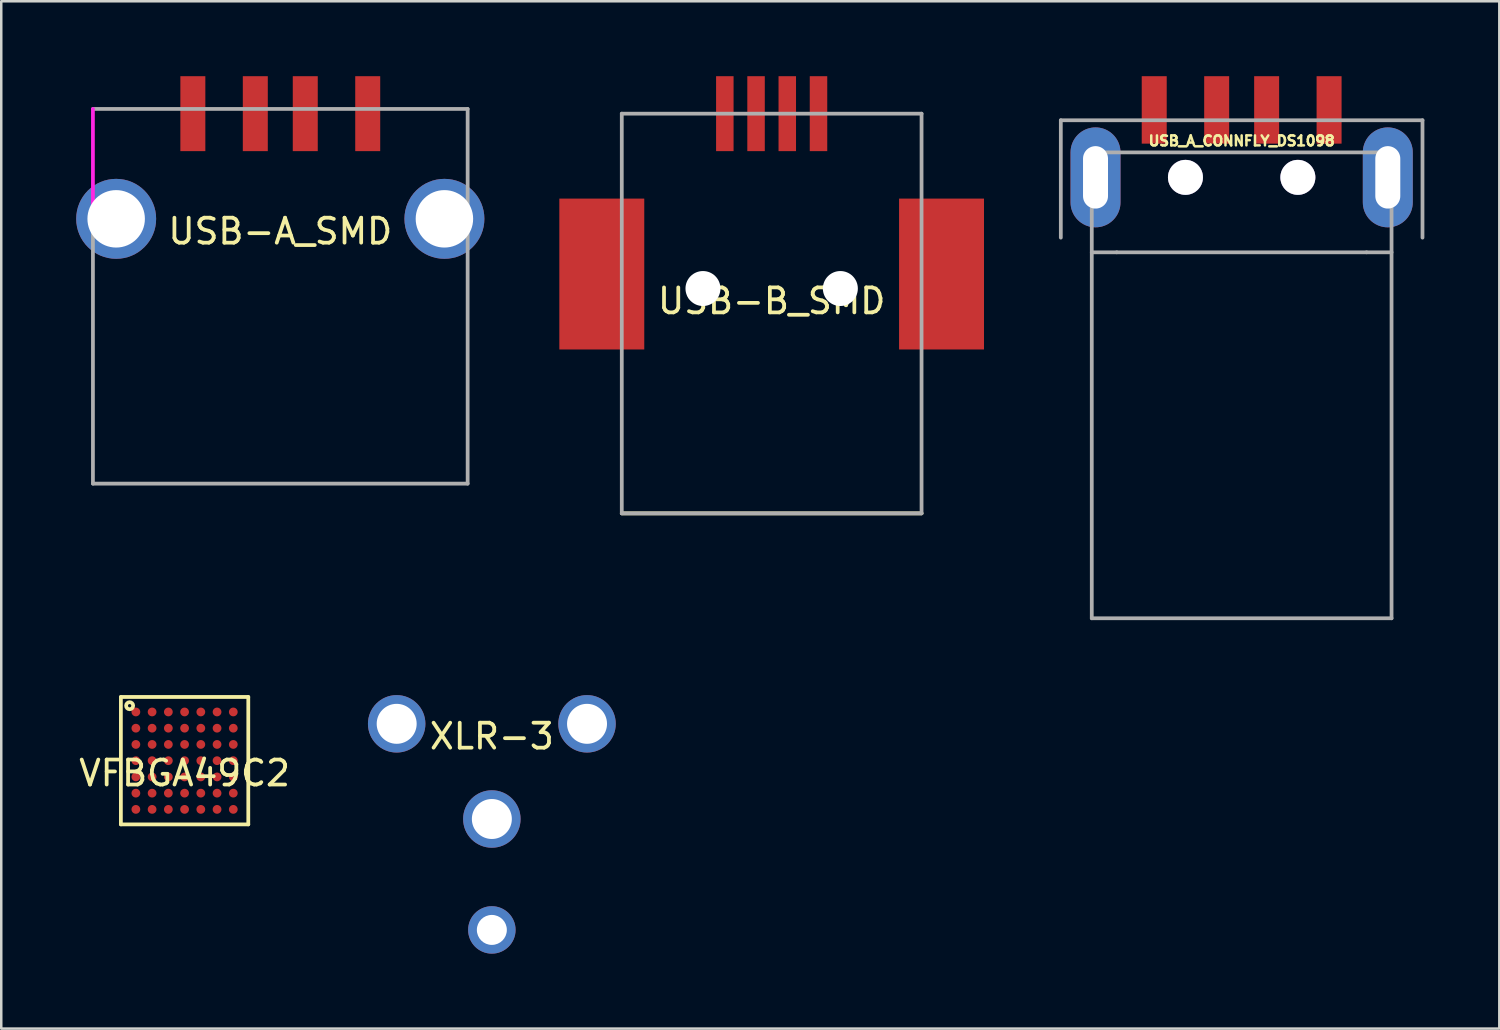
<source format=kicad_pcb>
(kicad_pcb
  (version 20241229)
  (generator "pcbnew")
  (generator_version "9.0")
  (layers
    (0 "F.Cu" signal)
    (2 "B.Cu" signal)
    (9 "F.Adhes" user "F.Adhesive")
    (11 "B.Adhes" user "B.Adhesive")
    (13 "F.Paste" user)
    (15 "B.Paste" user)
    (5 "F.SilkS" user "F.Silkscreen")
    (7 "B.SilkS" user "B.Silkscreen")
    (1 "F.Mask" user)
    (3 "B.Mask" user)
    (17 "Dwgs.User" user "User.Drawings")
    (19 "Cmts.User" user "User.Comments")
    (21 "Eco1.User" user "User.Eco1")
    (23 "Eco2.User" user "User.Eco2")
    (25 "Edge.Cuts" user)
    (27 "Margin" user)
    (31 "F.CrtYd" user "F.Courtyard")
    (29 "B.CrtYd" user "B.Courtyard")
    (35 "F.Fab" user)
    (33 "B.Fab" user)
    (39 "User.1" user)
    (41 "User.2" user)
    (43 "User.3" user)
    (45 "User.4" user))
  (footprint "VFBGA49C2"
    (layer "F.Cu")
    (at 4.339 27.4)
    (property "Reference" "VFBGA49C2" (at 0 0.5 0) (layer "F.SilkS") (effects (font (size 1 1) (thickness 0.15))))
    (attr through_hole)
    (fp_line (start -2.55 -2.55) (end 2.55 -2.55) (stroke (width 0.15) (type solid)) (layer "F.SilkS"))
    (fp_line (start -2.55 2.55) (end -2.55 -2.55) (stroke (width 0.15) (type solid)) (layer "F.SilkS"))
    (fp_line (start 2.55 -2.55) (end 2.55 2.55) (stroke (width 0.15) (type solid)) (layer "F.SilkS"))
    (fp_line (start 2.55 2.55) (end -2.55 2.55) (stroke (width 0.15) (type solid)) (layer "F.SilkS"))
    (fp_circle (center -2.2 -2.2) (end -2.1 -2.1) (stroke (width 0.15) (type solid)) (fill no) (layer "F.SilkS"))
    (pad "1" smd circle (at -1.95 -1.95) (size 0.35 0.35) (layers "F.Cu" "F.Mask" "F.Paste"))
    (pad "2" smd circle (at -1.3 -1.95) (size 0.35 0.35) (layers "F.Cu" "F.Mask" "F.Paste"))
    (pad "3" smd circle (at -0.65 -1.95) (size 0.35 0.35) (layers "F.Cu" "F.Mask" "F.Paste"))
    (pad "4" smd circle (at 0 -1.95) (size 0.35 0.35) (layers "F.Cu" "F.Mask" "F.Paste"))
    (pad "5" smd circle (at 0.65 -1.95) (size 0.35 0.35) (layers "F.Cu" "F.Mask" "F.Paste"))
    (pad "6" smd circle (at 1.3 -1.95) (size 0.35 0.35) (layers "F.Cu" "F.Mask" "F.Paste"))
    (pad "7" smd circle (at 1.95 -1.95) (size 0.35 0.35) (layers "F.Cu" "F.Mask" "F.Paste"))
    (pad "8" smd circle (at -1.95 -1.3) (size 0.35 0.35) (layers "F.Cu" "F.Mask" "F.Paste"))
    (pad "9" smd circle (at -1.3 -1.3) (size 0.35 0.35) (layers "F.Cu" "F.Mask" "F.Paste"))
    (pad "10" smd circle (at -0.65 -1.3) (size 0.35 0.35) (layers "F.Cu" "F.Mask" "F.Paste"))
    (pad "11" smd circle (at 0 -1.3) (size 0.35 0.35) (layers "F.Cu" "F.Mask" "F.Paste"))
    (pad "12" smd circle (at 0.65 -1.3) (size 0.35 0.35) (layers "F.Cu" "F.Mask" "F.Paste"))
    (pad "13" smd circle (at 1.3 -1.3) (size 0.35 0.35) (layers "F.Cu" "F.Mask" "F.Paste"))
    (pad "14" smd circle (at 1.95 -1.3) (size 0.35 0.35) (layers "F.Cu" "F.Mask" "F.Paste"))
    (pad "15" smd circle (at -1.95 -0.65) (size 0.35 0.35) (layers "F.Cu" "F.Mask" "F.Paste"))
    (pad "16" smd circle (at -1.3 -0.65) (size 0.35 0.35) (layers "F.Cu" "F.Mask" "F.Paste"))
    (pad "17" smd circle (at -0.65 -0.65) (size 0.35 0.35) (layers "F.Cu" "F.Mask" "F.Paste"))
    (pad "18" smd circle (at 0 -0.65) (size 0.35 0.35) (layers "F.Cu" "F.Mask" "F.Paste"))
    (pad "19" smd circle (at 0.65 -0.65) (size 0.35 0.35) (layers "F.Cu" "F.Mask" "F.Paste"))
    (pad "20" smd circle (at 1.3 -0.65) (size 0.35 0.35) (layers "F.Cu" "F.Mask" "F.Paste"))
    (pad "21" smd circle (at 1.95 -0.65) (size 0.35 0.35) (layers "F.Cu" "F.Mask" "F.Paste"))
    (pad "22" smd circle (at -1.95 0) (size 0.35 0.35) (layers "F.Cu" "F.Mask" "F.Paste"))
    (pad "23" smd circle (at -1.3 0) (size 0.35 0.35) (layers "F.Cu" "F.Mask" "F.Paste"))
    (pad "24" smd circle (at -0.65 0) (size 0.35 0.35) (layers "F.Cu" "F.Mask" "F.Paste"))
    (pad "25" smd circle (at 0 0) (size 0.35 0.35) (layers "F.Cu" "F.Mask" "F.Paste"))
    (pad "26" smd circle (at 0.65 0) (size 0.35 0.35) (layers "F.Cu" "F.Mask" "F.Paste"))
    (pad "27" smd circle (at 1.3 0) (size 0.35 0.35) (layers "F.Cu" "F.Mask" "F.Paste"))
    (pad "28" smd circle (at 1.95 0) (size 0.35 0.35) (layers "F.Cu" "F.Mask" "F.Paste"))
    (pad "29" smd circle (at -1.95 0.65) (size 0.35 0.35) (layers "F.Cu" "F.Mask" "F.Paste"))
    (pad "30" smd circle (at -1.3 0.65) (size 0.35 0.35) (layers "F.Cu" "F.Mask" "F.Paste"))
    (pad "31" smd circle (at -0.65 0.65) (size 0.35 0.35) (layers "F.Cu" "F.Mask" "F.Paste"))
    (pad "32" smd circle (at 0 0.65) (size 0.35 0.35) (layers "F.Cu" "F.Mask" "F.Paste"))
    (pad "33" smd circle (at 0.65 0.65) (size 0.35 0.35) (layers "F.Cu" "F.Mask" "F.Paste"))
    (pad "34" smd circle (at 1.3 0.65) (size 0.35 0.35) (layers "F.Cu" "F.Mask" "F.Paste"))
    (pad "35" smd circle (at 1.95 0.65) (size 0.35 0.35) (layers "F.Cu" "F.Mask" "F.Paste"))
    (pad "36" smd circle (at -1.95 1.3) (size 0.35 0.35) (layers "F.Cu" "F.Mask" "F.Paste"))
    (pad "37" smd circle (at -1.3 1.3) (size 0.35 0.35) (layers "F.Cu" "F.Mask" "F.Paste"))
    (pad "38" smd circle (at -0.65 1.3) (size 0.35 0.35) (layers "F.Cu" "F.Mask" "F.Paste"))
    (pad "39" smd circle (at 0 1.3) (size 0.35 0.35) (layers "F.Cu" "F.Mask" "F.Paste"))
    (pad "40" smd circle (at 0.65 1.3) (size 0.35 0.35) (layers "F.Cu" "F.Mask" "F.Paste"))
    (pad "41" smd circle (at 1.3 1.3) (size 0.35 0.35) (layers "F.Cu" "F.Mask" "F.Paste"))
    (pad "42" smd circle (at 1.95 1.3) (size 0.35 0.35) (layers "F.Cu" "F.Mask" "F.Paste"))
    (pad "43" smd circle (at -1.95 1.95) (size 0.35 0.35) (layers "F.Cu" "F.Mask" "F.Paste"))
    (pad "44" smd circle (at -1.3 1.95) (size 0.35 0.35) (layers "F.Cu" "F.Mask" "F.Paste"))
    (pad "45" smd circle (at -0.65 1.95) (size 0.35 0.35) (layers "F.Cu" "F.Mask" "F.Paste"))
    (pad "46" smd circle (at 0 1.95) (size 0.35 0.35) (layers "F.Cu" "F.Mask" "F.Paste"))
    (pad "47" smd circle (at 0.65 1.95) (size 0.35 0.35) (layers "F.Cu" "F.Mask" "F.Paste"))
    (pad "48" smd circle (at 1.3 1.95) (size 0.35 0.35) (layers "F.Cu" "F.Mask" "F.Paste"))
    (pad "49" smd circle (at 1.95 1.95) (size 0.35 0.35) (layers "F.Cu" "F.Mask" "F.Paste")))
  (footprint "USB_A_CONNFLY_DS1098"
    (layer "F.Cu")
    (at 46.654 4.05)
    (property "Reference" "USB_A_CONNFLY_DS1098" (at 0 -1.46 0) (layer "F.SilkS") (effects (font (size 0.4 0.4) (thickness 0.1))))
    (attr through_hole)
    (fp_line (start -7.239 -2.286) (end 7.239 -2.286) (stroke (width 0.15) (type solid)) (layer "F.Fab"))
    (fp_line (start -7.239 2.413) (end -7.239 -2.286) (stroke (width 0.15) (type solid)) (layer "F.Fab"))
    (fp_line (start -6 -1) (end 6 -1) (stroke (width 0.15) (type solid)) (layer "F.Fab"))
    (fp_line (start -6 17.65) (end -6 -1) (stroke (width 0.15) (type solid)) (layer "F.Fab"))
    (fp_line (start -5 3) (end -6 3) (stroke (width 0.15) (type solid)) (layer "F.Fab"))
    (fp_line (start -5 3) (end 5 3) (stroke (width 0.15) (type solid)) (layer "F.Fab"))
    (fp_line (start 5 3) (end 6 3) (stroke (width 0.15) (type solid)) (layer "F.Fab"))
    (fp_line (start 6 -1) (end 6 17.65) (stroke (width 0.15) (type solid)) (layer "F.Fab"))
    (fp_line (start 6 17.65) (end -6 17.65) (stroke (width 0.15) (type solid)) (layer "F.Fab"))
    (fp_line (start 7.239 -2.286) (end 7.239 2.413) (stroke (width 0.15) (type solid)) (layer "F.Fab"))
    (pad "0" thru_hole circle (at -2.25 0) (size 1.4 1.4) (drill 1.4) (layers "*.Cu" "*.Mask"))
    (pad "0" thru_hole circle (at 2.25 0) (size 1.4 1.4) (drill 1.4) (layers "*.Cu" "*.Mask"))
    (pad "1" smd rect (at 3.5 -2.7) (size 1 2.7) (layers "F.Cu" "F.Mask" "F.Paste"))
    (pad "2" smd rect (at 1 -2.7) (size 1 2.7) (layers "F.Cu" "F.Mask" "F.Paste"))
    (pad "3" smd rect (at -1 -2.7) (size 1 2.7) (layers "F.Cu" "F.Mask" "F.Paste"))
    (pad "4" smd rect (at -3.5 -2.7) (size 1 2.7) (layers "F.Cu" "F.Mask" "F.Paste"))
    (pad "5" thru_hole oval (at -5.85 0) (size 2 4) (drill oval 1 2.5) (layers "*.Cu" "*.Mask"))
    (pad "5" thru_hole oval (at 5.85 0) (size 2 4) (drill oval 1 2.5) (layers "*.Cu" "*.Mask")))
  (footprint "USB-A_SMD"
    (layer "F.Cu")
    (at 8.17 5.71)
    (property "Reference" "USB-A_SMD" (at 0 0.5 0) (layer "F.SilkS") (effects (font (size 1 1) (thickness 0.15))))
    (attr through_hole)
    (fp_line (start -7.5 -4.4) (end -7.5 0) (stroke (width 0.15) (type solid)) (layer "F.CrtYd"))
    (fp_line (start -7.5 -4.4) (end 7.5 -4.4) (stroke (width 0.15) (type solid)) (layer "F.Fab"))
    (fp_line (start -7.5 0) (end -7.5 10.6) (stroke (width 0.15) (type solid)) (layer "F.Fab"))
    (fp_line (start -7.5 10.6) (end 7.5 10.6) (stroke (width 0.15) (type solid)) (layer "F.Fab"))
    (fp_line (start 7.5 -4.4) (end 7.5 0) (stroke (width 0.15) (type solid)) (layer "F.Fab"))
    (fp_line (start 7.5 0) (end 7.5 10.6) (stroke (width 0.15) (type solid)) (layer "F.Fab"))
    (pad "1" smd rect (at -3.5 -4.21) (size 1 3) (layers "F.Cu" "F.Mask" "F.Paste"))
    (pad "2" smd rect (at -1 -4.21) (size 1 3) (layers "F.Cu" "F.Mask" "F.Paste"))
    (pad "3" smd rect (at 1 -4.21) (size 1 3) (layers "F.Cu" "F.Mask" "F.Paste"))
    (pad "4" smd rect (at 3.5 -4.21) (size 1 3) (layers "F.Cu" "F.Mask" "F.Paste"))
    (pad "5" thru_hole circle (at -6.57 0) (size 3.2 3.2) (drill 2.3) (layers "*.Cu" "*.Mask"))
    (pad "5" thru_hole circle (at 6.57 0) (size 3.2 3.2) (drill 2.3) (layers "*.Cu" "*.Mask")))
  (footprint "XLR-3"
    (layer "F.Cu")
    (at 16.639 25.925)
    (property "Reference" "XLR-3" (at 0 0.5 0) (layer "F.SilkS") (effects (font (size 1 1) (thickness 0.15))))
    (attr through_hole)
    (pad "1" thru_hole circle (at 3.81 0) (size 2.3 2.3) (drill 1.6) (layers "*.Cu" "*.Mask"))
    (pad "2" thru_hole circle (at -3.81 0) (size 2.3 2.3) (drill 1.6) (layers "*.Cu" "*.Mask"))
    (pad "3" thru_hole circle (at 0 3.81) (size 2.3 2.3) (drill 1.6) (layers "*.Cu" "*.Mask"))
    (pad "4" thru_hole circle (at 0 8.25) (size 1.9 1.9) (drill 1.2) (layers "*.Cu" "*.Mask")))
  (footprint "USB-B_SMD"
    (layer "F.Cu")
    (at 27.84 8.5)
    (property "Reference" "USB-B_SMD" (at 0 0.5 0) (layer "F.SilkS") (effects (font (size 1 1) (thickness 0.15))))
    (attr through_hole)
    (fp_line (start -6 9) (end 6 9) (stroke (width 0.15) (type solid)) (layer "F.SilkS"))
    (fp_line (start -6 -7) (end 6 -7) (stroke (width 0.15) (type solid)) (layer "F.Fab"))
    (fp_line (start -6 9) (end -6 -7) (stroke (width 0.15) (type solid)) (layer "F.Fab"))
    (fp_line (start 6 -7) (end 6 9) (stroke (width 0.15) (type solid)) (layer "F.Fab"))
    (fp_line (start 6 9) (end -6 9) (stroke (width 0.15) (type solid)) (layer "F.Fab"))
    (pad "" np_thru_hole circle (at -2.75 0) (size 1.4 1.4) (drill 1.4) (layers "*.Cu" "*.Mask"))
    (pad "" np_thru_hole circle (at 2.75 0) (size 1.4 1.4) (drill 1.4) (layers "*.Cu" "*.Mask"))
    (pad "1" smd rect (at 1.875 -7) (size 0.7 3) (layers "F.Cu" "F.Mask" "F.Paste"))
    (pad "2" smd rect (at -0.625 -7) (size 0.7 3) (layers "F.Cu" "F.Mask" "F.Paste"))
    (pad "3" smd rect (at -1.875 -7) (size 0.7 3) (layers "F.Cu" "F.Mask" "F.Paste"))
    (pad "4" smd rect (at 0.625 -7) (size 0.7 3) (layers "F.Cu" "F.Mask" "F.Paste"))
    (pad "5" smd rect (at -6.8 0) (size 3.4 6.04) (drill (offset 0 -0.58)) (layers "F.Cu" "F.Mask" "F.Paste"))
    (pad "5" smd rect (at 6.8 0) (size 3.4 6.04) (drill (offset 0 -0.58)) (layers "F.Cu" "F.Mask" "F.Paste")))
  (gr_rect
    (start -3 -3)
    (end 56.968 38.125)
    (stroke (width 0.1) (type default))
    (fill no)
    (layer "Edge.Cuts")))
</source>
